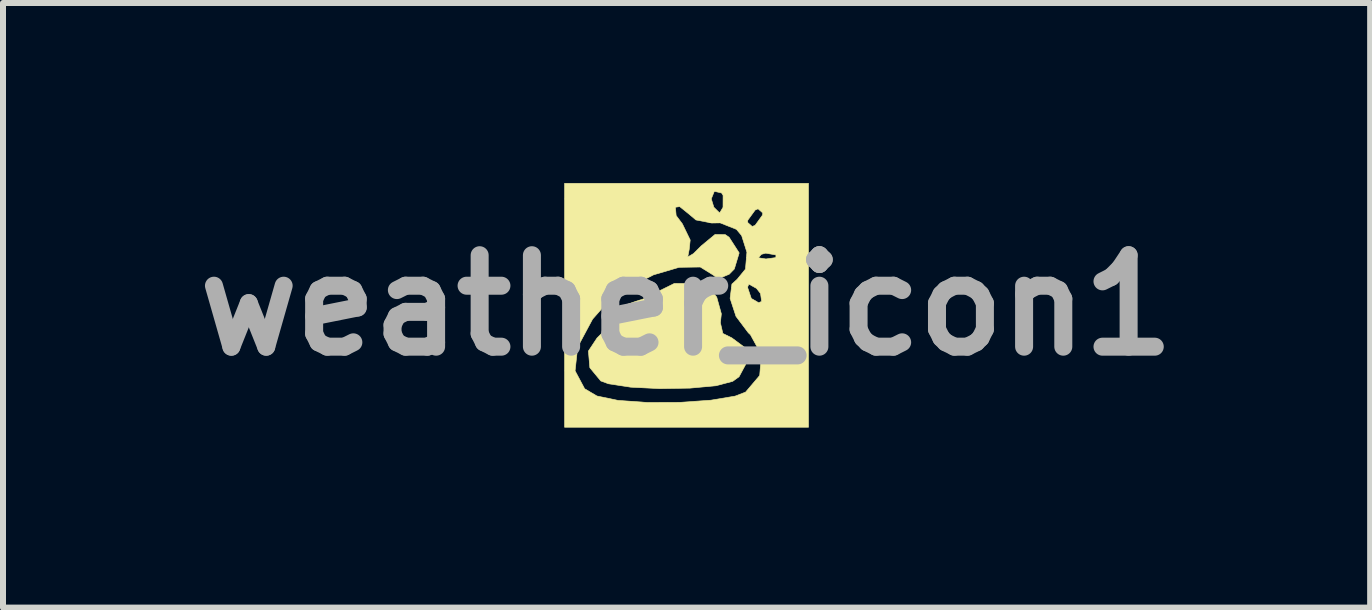
<source format=kicad_pcb>
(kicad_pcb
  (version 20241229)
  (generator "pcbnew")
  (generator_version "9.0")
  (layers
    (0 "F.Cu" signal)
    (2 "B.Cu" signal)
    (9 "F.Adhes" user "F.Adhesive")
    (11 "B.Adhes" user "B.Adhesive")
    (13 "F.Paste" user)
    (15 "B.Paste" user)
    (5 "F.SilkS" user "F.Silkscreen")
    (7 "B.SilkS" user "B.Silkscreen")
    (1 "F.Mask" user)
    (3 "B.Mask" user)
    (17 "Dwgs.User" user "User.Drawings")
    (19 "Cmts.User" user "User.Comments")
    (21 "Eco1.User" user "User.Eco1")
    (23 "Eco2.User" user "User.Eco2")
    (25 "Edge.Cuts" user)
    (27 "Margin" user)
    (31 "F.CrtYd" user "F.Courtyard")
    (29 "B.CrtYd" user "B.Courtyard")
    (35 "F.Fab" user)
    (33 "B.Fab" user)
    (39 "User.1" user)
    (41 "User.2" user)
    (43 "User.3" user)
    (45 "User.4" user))
  (footprint "weather_icon1"
    (layer "F.Cu")
    (at 8.389 2.037)
    (property "Reference" "weather_icon1" (at 0 0 0) (layer "F.Fab") (effects (font (size 1.524 1.524) (thickness 0.3))))
    (attr through_hole)
    (fp_poly (pts (xy 0.139 -0.363) (xy 0.426 -0.232) (xy 0.503 -0.136) (xy 0.58 0.142) (xy 0.564 0.292) (xy 0.605 0.469) (xy 0.755 0.543) (xy 0.965 0.699) (xy 1.005 0.948) (xy 0.875 1.19) (xy 0.77 1.266) (xy 0.492 1.34) (xy 0.056 1.38) (xy -0.448 1.388) (xy -0.931 1.364) (xy -1.302 1.307) (xy -1.429 1.26) (xy -1.611 1.04) (xy -1.635 0.762) (xy -1.492 0.546) (xy -1.304 0.357) (xy -1.192 0.191) (xy -0.999 -0.012) (xy -0.848 -0.065) (xy -0.583 -0.151) (xy -0.487 -0.224) (xy -0.204 -0.364) (xy 0.139 -0.363)) (stroke (width 0.01) (type solid)) (fill yes) (layer "F.SilkS"))
    (fp_poly (pts (xy 2.032 2.032) (xy -2.032 2.032) (xy -2.032 1.092) (xy -1.857 1.092) (xy -1.698 1.39) (xy -1.493 1.511) (xy -1.143 1.584) (xy -0.655 1.619) (xy -0.111 1.617) (xy 0.405 1.581) (xy 0.81 1.513) (xy 0.984 1.446) (xy 1.219 1.169) (xy 1.247 0.823) (xy 1.065 0.491) (xy 1.029 0.457) (xy 0.824 0.184) (xy 0.726 -0.115) (xy 0.749 -0.301) (xy 1.016 -0.301) (xy 1.079 -0.114) (xy 1.204 -0.042) (xy 1.251 -0.066) (xy 1.233 -0.196) (xy 1.166 -0.282) (xy 1.038 -0.353) (xy 1.016 -0.301) (xy 0.749 -0.301) (xy 0.756 -0.354) (xy 0.844 -0.434) (xy 0.982 -0.603) (xy 0.998 -0.792) (xy 1.198 -0.792) (xy 1.323 -0.772) (xy 1.488 -0.795) (xy 1.49 -0.839) (xy 1.32 -0.869) (xy 1.246 -0.849) (xy 1.198 -0.792) (xy 0.998 -0.792) (xy 1.006 -0.884) (xy 0.918 -1.162) (xy 0.832 -1.265) (xy 0.559 -1.374) (xy 0.419 -1.371) (xy 0.363 -1.382) (xy 1.016 -1.382) (xy 1.094 -1.313) (xy 1.143 -1.333) (xy 1.265 -1.502) (xy 1.27 -1.539) (xy 1.192 -1.608) (xy 1.143 -1.587) (xy 1.021 -1.419) (xy 1.016 -1.382) (xy 0.363 -1.382) (xy 0.157 -1.422) (xy 0.042 -1.519) (xy -0.114 -1.645) (xy -0.186 -1.634) (xy -0.173 -1.495) (xy -0.07 -1.358) (xy 0.061 -1.088) (xy 0.044 -0.93) (xy 0.02 -0.805) (xy 0.115 -0.861) (xy 0.246 -0.991) (xy 0.475 -1.18) (xy 0.645 -1.178) (xy 0.709 -1.134) (xy 0.877 -0.873) (xy 0.796 -0.605) (xy 0.71 -0.517) (xy 0.521 -0.441) (xy 0.448 -0.502) (xy 0.229 -0.638) (xy -0.124 -0.633) (xy -0.549 -0.508) (xy -0.985 -0.286) (xy -1.372 0.011) (xy -1.566 0.231) (xy -1.814 0.694) (xy -1.857 1.092) (xy -2.032 1.092) (xy -2.032 -1.774) (xy 0.412 -1.774) (xy 0.455 -1.634) (xy 0.552 -1.538) (xy 0.608 -1.633) (xy 0.609 -1.832) (xy 0.585 -1.871) (xy 0.463 -1.9) (xy 0.412 -1.774) (xy -2.032 -1.774) (xy -2.032 -2.032) (xy 2.032 -2.032) (xy 2.032 2.032)) (stroke (width 0.01) (type solid)) (fill yes) (layer "F.SilkS")))
  (gr_rect
    (start -3 -3)
    (end 19.779 7.074)
    (stroke (width 0.1) (type default))
    (fill no)
    (layer "Edge.Cuts")))
</source>
